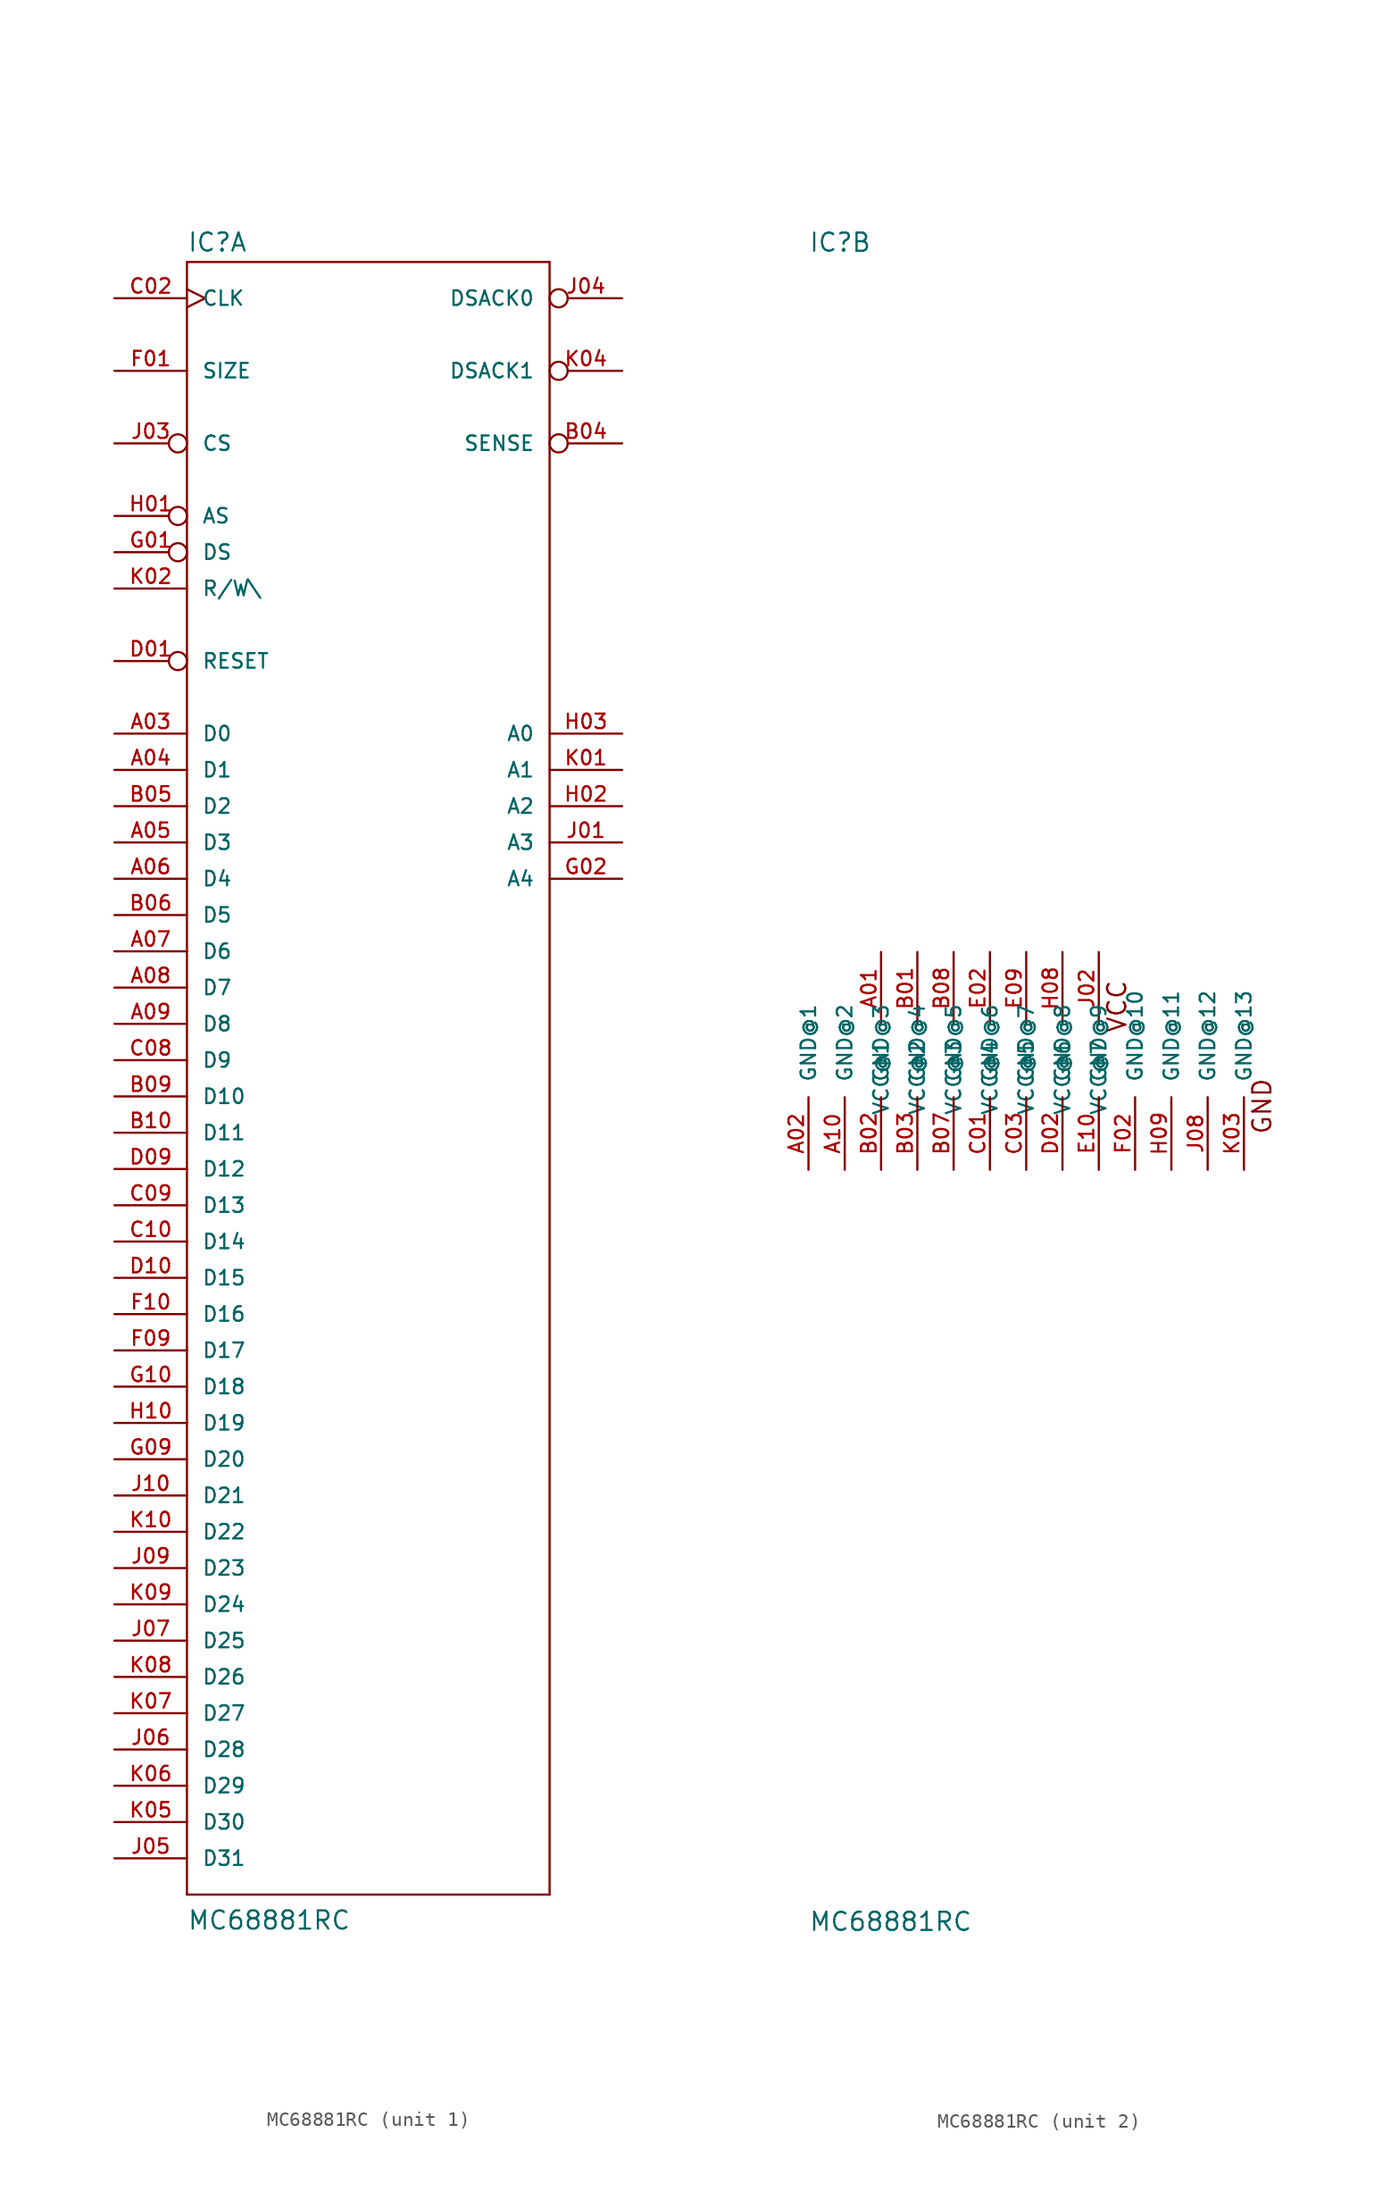
<source format=kicad_sym>
(kicad_symbol_lib
  (version 20220914)
  (generator kicad_symbol_editor)
  (symbol "MC68881RC"
    (pin_names
      (offset 1.016))
    (property "Reference" "IC"
      (at -12.7 56.515 0)
      (effects (font (size 1.27 1.27)) (justify left bottom)))
    (property "Value" "MC68881RC"
      (at -12.7 -60.96 0)
      (effects (font (size 1.27 1.27)) (justify left bottom)))
    (property "Datasheet" ""
      (at 0 0 0)
      (effects (font (size 1.524 1.524))))
    (property "ki_locked" ""
      (at 0 0 0)
      (effects (font (size 1.27 1.27))))
    (symbol "MC68881RC_1_0"
      (polyline (pts (xy -12.7 -58.42) (xy -12.7 55.88)) (stroke (width 0) (type solid)) (fill (type none)))
      (polyline (pts (xy -12.7 -58.42) (xy 12.7 -58.42)) (stroke (width 0) (type solid)) (fill (type none)))
      (polyline (pts (xy 12.7 55.88) (xy -12.7 55.88)) (stroke (width 0) (type solid)) (fill (type none)))
      (polyline (pts (xy 12.7 55.88) (xy 12.7 -58.42)) (stroke (width 0) (type solid)) (fill (type none))))
    (symbol "MC68881RC_1_1"
      (pin bidirectional line (at -17.78 22.86 0) (length 5.08) (name "D0" (effects (font (size 1.016 1.016)))) (number "A03" (effects (font (size 1.016 1.016)))))
      (pin bidirectional line (at -17.78 20.32 0) (length 5.08) (name "D1" (effects (font (size 1.016 1.016)))) (number "A04" (effects (font (size 1.016 1.016)))))
      (pin bidirectional line (at -17.78 15.24 0) (length 5.08) (name "D3" (effects (font (size 1.016 1.016)))) (number "A05" (effects (font (size 1.016 1.016)))))
      (pin bidirectional line (at -17.78 12.7 0) (length 5.08) (name "D4" (effects (font (size 1.016 1.016)))) (number "A06" (effects (font (size 1.016 1.016)))))
      (pin bidirectional line (at -17.78 7.62 0) (length 5.08) (name "D6" (effects (font (size 1.016 1.016)))) (number "A07" (effects (font (size 1.016 1.016)))))
      (pin bidirectional line (at -17.78 5.08 0) (length 5.08) (name "D7" (effects (font (size 1.016 1.016)))) (number "A08" (effects (font (size 1.016 1.016)))))
      (pin bidirectional line (at -17.78 2.54 0) (length 5.08) (name "D8" (effects (font (size 1.016 1.016)))) (number "A09" (effects (font (size 1.016 1.016)))))
      (pin bidirectional inverted (at 17.78 43.18 180) (length 5.08) (name "SENSE" (effects (font (size 1.016 1.016)))) (number "B04" (effects (font (size 1.016 1.016)))))
      (pin bidirectional line (at -17.78 17.78 0) (length 5.08) (name "D2" (effects (font (size 1.016 1.016)))) (number "B05" (effects (font (size 1.016 1.016)))))
      (pin bidirectional line (at -17.78 10.16 0) (length 5.08) (name "D5" (effects (font (size 1.016 1.016)))) (number "B06" (effects (font (size 1.016 1.016)))))
      (pin bidirectional line (at -17.78 -2.54 0) (length 5.08) (name "D10" (effects (font (size 1.016 1.016)))) (number "B09" (effects (font (size 1.016 1.016)))))
      (pin bidirectional line (at -17.78 -5.08 0) (length 5.08) (name "D11" (effects (font (size 1.016 1.016)))) (number "B10" (effects (font (size 1.016 1.016)))))
      (pin input clock (at -17.78 53.34 0) (length 5.08) (name "CLK" (effects (font (size 1.016 1.016)))) (number "C02" (effects (font (size 1.016 1.016)))))
      (pin bidirectional line (at -17.78 0 0) (length 5.08) (name "D9" (effects (font (size 1.016 1.016)))) (number "C08" (effects (font (size 1.016 1.016)))))
      (pin bidirectional line (at -17.78 -10.16 0) (length 5.08) (name "D13" (effects (font (size 1.016 1.016)))) (number "C09" (effects (font (size 1.016 1.016)))))
      (pin bidirectional line (at -17.78 -12.7 0) (length 5.08) (name "D14" (effects (font (size 1.016 1.016)))) (number "C10" (effects (font (size 1.016 1.016)))))
      (pin input inverted (at -17.78 27.94 0) (length 5.08) (name "RESET" (effects (font (size 1.016 1.016)))) (number "D01" (effects (font (size 1.016 1.016)))))
      (pin bidirectional line (at -17.78 -7.62 0) (length 5.08) (name "D12" (effects (font (size 1.016 1.016)))) (number "D09" (effects (font (size 1.016 1.016)))))
      (pin bidirectional line (at -17.78 -15.24 0) (length 5.08) (name "D15" (effects (font (size 1.016 1.016)))) (number "D10" (effects (font (size 1.016 1.016)))))
      (pin input line (at -17.78 48.26 0) (length 5.08) (name "SIZE" (effects (font (size 1.016 1.016)))) (number "F01" (effects (font (size 1.016 1.016)))))
      (pin bidirectional line (at -17.78 -20.32 0) (length 5.08) (name "D17" (effects (font (size 1.016 1.016)))) (number "F09" (effects (font (size 1.016 1.016)))))
      (pin bidirectional line (at -17.78 -17.78 0) (length 5.08) (name "D16" (effects (font (size 1.016 1.016)))) (number "F10" (effects (font (size 1.016 1.016)))))
      (pin input inverted (at -17.78 35.56 0) (length 5.08) (name "DS" (effects (font (size 1.016 1.016)))) (number "G01" (effects (font (size 1.016 1.016)))))
      (pin input line (at 17.78 12.7 180) (length 5.08) (name "A4" (effects (font (size 1.016 1.016)))) (number "G02" (effects (font (size 1.016 1.016)))))
      (pin bidirectional line (at -17.78 -27.94 0) (length 5.08) (name "D20" (effects (font (size 1.016 1.016)))) (number "G09" (effects (font (size 1.016 1.016)))))
      (pin bidirectional line (at -17.78 -22.86 0) (length 5.08) (name "D18" (effects (font (size 1.016 1.016)))) (number "G10" (effects (font (size 1.016 1.016)))))
      (pin input inverted (at -17.78 38.1 0) (length 5.08) (name "AS" (effects (font (size 1.016 1.016)))) (number "H01" (effects (font (size 1.016 1.016)))))
      (pin input line (at 17.78 17.78 180) (length 5.08) (name "A2" (effects (font (size 1.016 1.016)))) (number "H02" (effects (font (size 1.016 1.016)))))
      (pin input line (at 17.78 22.86 180) (length 5.08) (name "A0" (effects (font (size 1.016 1.016)))) (number "H03" (effects (font (size 1.016 1.016)))))
      (pin bidirectional line (at -17.78 -25.4 0) (length 5.08) (name "D19" (effects (font (size 1.016 1.016)))) (number "H10" (effects (font (size 1.016 1.016)))))
      (pin input line (at 17.78 15.24 180) (length 5.08) (name "A3" (effects (font (size 1.016 1.016)))) (number "J01" (effects (font (size 1.016 1.016)))))
      (pin input inverted (at -17.78 43.18 0) (length 5.08) (name "CS" (effects (font (size 1.016 1.016)))) (number "J03" (effects (font (size 1.016 1.016)))))
      (pin output inverted (at 17.78 53.34 180) (length 5.08) (name "DSACK0" (effects (font (size 1.016 1.016)))) (number "J04" (effects (font (size 1.016 1.016)))))
      (pin bidirectional line (at -17.78 -55.88 0) (length 5.08) (name "D31" (effects (font (size 1.016 1.016)))) (number "J05" (effects (font (size 1.016 1.016)))))
      (pin bidirectional line (at -17.78 -48.26 0) (length 5.08) (name "D28" (effects (font (size 1.016 1.016)))) (number "J06" (effects (font (size 1.016 1.016)))))
      (pin bidirectional line (at -17.78 -40.64 0) (length 5.08) (name "D25" (effects (font (size 1.016 1.016)))) (number "J07" (effects (font (size 1.016 1.016)))))
      (pin bidirectional line (at -17.78 -35.56 0) (length 5.08) (name "D23" (effects (font (size 1.016 1.016)))) (number "J09" (effects (font (size 1.016 1.016)))))
      (pin bidirectional line (at -17.78 -30.48 0) (length 5.08) (name "D21" (effects (font (size 1.016 1.016)))) (number "J10" (effects (font (size 1.016 1.016)))))
      (pin input line (at 17.78 20.32 180) (length 5.08) (name "A1" (effects (font (size 1.016 1.016)))) (number "K01" (effects (font (size 1.016 1.016)))))
      (pin input line (at -17.78 33.02 0) (length 5.08) (name "R/W\\" (effects (font (size 1.016 1.016)))) (number "K02" (effects (font (size 1.016 1.016)))))
      (pin output inverted (at 17.78 48.26 180) (length 5.08) (name "DSACK1" (effects (font (size 1.016 1.016)))) (number "K04" (effects (font (size 1.016 1.016)))))
      (pin bidirectional line (at -17.78 -53.34 0) (length 5.08) (name "D30" (effects (font (size 1.016 1.016)))) (number "K05" (effects (font (size 1.016 1.016)))))
      (pin bidirectional line (at -17.78 -50.8 0) (length 5.08) (name "D29" (effects (font (size 1.016 1.016)))) (number "K06" (effects (font (size 1.016 1.016)))))
      (pin bidirectional line (at -17.78 -45.72 0) (length 5.08) (name "D27" (effects (font (size 1.016 1.016)))) (number "K07" (effects (font (size 1.016 1.016)))))
      (pin bidirectional line (at -17.78 -43.18 0) (length 5.08) (name "D26" (effects (font (size 1.016 1.016)))) (number "K08" (effects (font (size 1.016 1.016)))))
      (pin bidirectional line (at -17.78 -38.1 0) (length 5.08) (name "D24" (effects (font (size 1.016 1.016)))) (number "K09" (effects (font (size 1.016 1.016)))))
      (pin bidirectional line (at -17.78 -33.02 0) (length 5.08) (name "D22" (effects (font (size 1.016 1.016)))) (number "K10" (effects (font (size 1.016 1.016))))))
    (symbol "MC68881RC_2_0"
      (text "GND" (at 19.05 -3.175 1) (effects (font (size 1.27 1.27))))
      (text "VCC" (at 8.89 3.81 1) (effects (font (size 1.27 1.27)))))
    (symbol "MC68881RC_2_1"
      (pin power_in line (at -7.62 7.62 270) (length 5.08) (name "VCC@1" (effects (font (size 1.016 1.016)))) (number "A01" (effects (font (size 1.016 1.016)))))
      (pin power_in line (at -12.7 -7.62 90) (length 5.08) (name "GND@1" (effects (font (size 1.016 1.016)))) (number "A02" (effects (font (size 1.016 1.016)))))
      (pin power_in line (at -10.16 -7.62 90) (length 5.08) (name "GND@2" (effects (font (size 1.016 1.016)))) (number "A10" (effects (font (size 1.016 1.016)))))
      (pin power_in line (at -5.08 7.62 270) (length 5.08) (name "VCC@2" (effects (font (size 1.016 1.016)))) (number "B01" (effects (font (size 1.016 1.016)))))
      (pin power_in line (at -7.62 -7.62 90) (length 5.08) (name "GND@3" (effects (font (size 1.016 1.016)))) (number "B02" (effects (font (size 1.016 1.016)))))
      (pin power_in line (at -5.08 -7.62 90) (length 5.08) (name "GND@4" (effects (font (size 1.016 1.016)))) (number "B03" (effects (font (size 1.016 1.016)))))
      (pin power_in line (at -2.54 -7.62 90) (length 5.08) (name "GND@5" (effects (font (size 1.016 1.016)))) (number "B07" (effects (font (size 1.016 1.016)))))
      (pin power_in line (at -2.54 7.62 270) (length 5.08) (name "VCC@3" (effects (font (size 1.016 1.016)))) (number "B08" (effects (font (size 1.016 1.016)))))
      (pin power_in line (at 0 -7.62 90) (length 5.08) (name "GND@6" (effects (font (size 1.016 1.016)))) (number "C01" (effects (font (size 1.016 1.016)))))
      (pin power_in line (at 2.54 -7.62 90) (length 5.08) (name "GND@7" (effects (font (size 1.016 1.016)))) (number "C03" (effects (font (size 1.016 1.016)))))
      (pin power_in line (at 5.08 -7.62 90) (length 5.08) (name "GND@8" (effects (font (size 1.016 1.016)))) (number "D02" (effects (font (size 1.016 1.016)))))
      (pin power_in line (at 0 7.62 270) (length 5.08) (name "VCC@4" (effects (font (size 1.016 1.016)))) (number "E02" (effects (font (size 1.016 1.016)))))
      (pin power_in line (at 2.54 7.62 270) (length 5.08) (name "VCC@5" (effects (font (size 1.016 1.016)))) (number "E09" (effects (font (size 1.016 1.016)))))
      (pin power_in line (at 7.62 -7.62 90) (length 5.08) (name "GND@9" (effects (font (size 1.016 1.016)))) (number "E10" (effects (font (size 1.016 1.016)))))
      (pin power_in line (at 10.16 -7.62 90) (length 5.08) (name "GND@10" (effects (font (size 1.016 1.016)))) (number "F02" (effects (font (size 1.016 1.016)))))
      (pin power_in line (at 5.08 7.62 270) (length 5.08) (name "VCC@6" (effects (font (size 1.016 1.016)))) (number "H08" (effects (font (size 1.016 1.016)))))
      (pin power_in line (at 12.7 -7.62 90) (length 5.08) (name "GND@11" (effects (font (size 1.016 1.016)))) (number "H09" (effects (font (size 1.016 1.016)))))
      (pin power_in line (at 7.62 7.62 270) (length 5.08) (name "VCC@7" (effects (font (size 1.016 1.016)))) (number "J02" (effects (font (size 1.016 1.016)))))
      (pin power_in line (at 15.24 -7.62 90) (length 5.08) (name "GND@12" (effects (font (size 1.016 1.016)))) (number "J08" (effects (font (size 1.016 1.016)))))
      (pin power_in line (at 17.78 -7.62 90) (length 5.08) (name "GND@13" (effects (font (size 1.016 1.016)))) (number "K03" (effects (font (size 1.016 1.016))))))))
</source>
